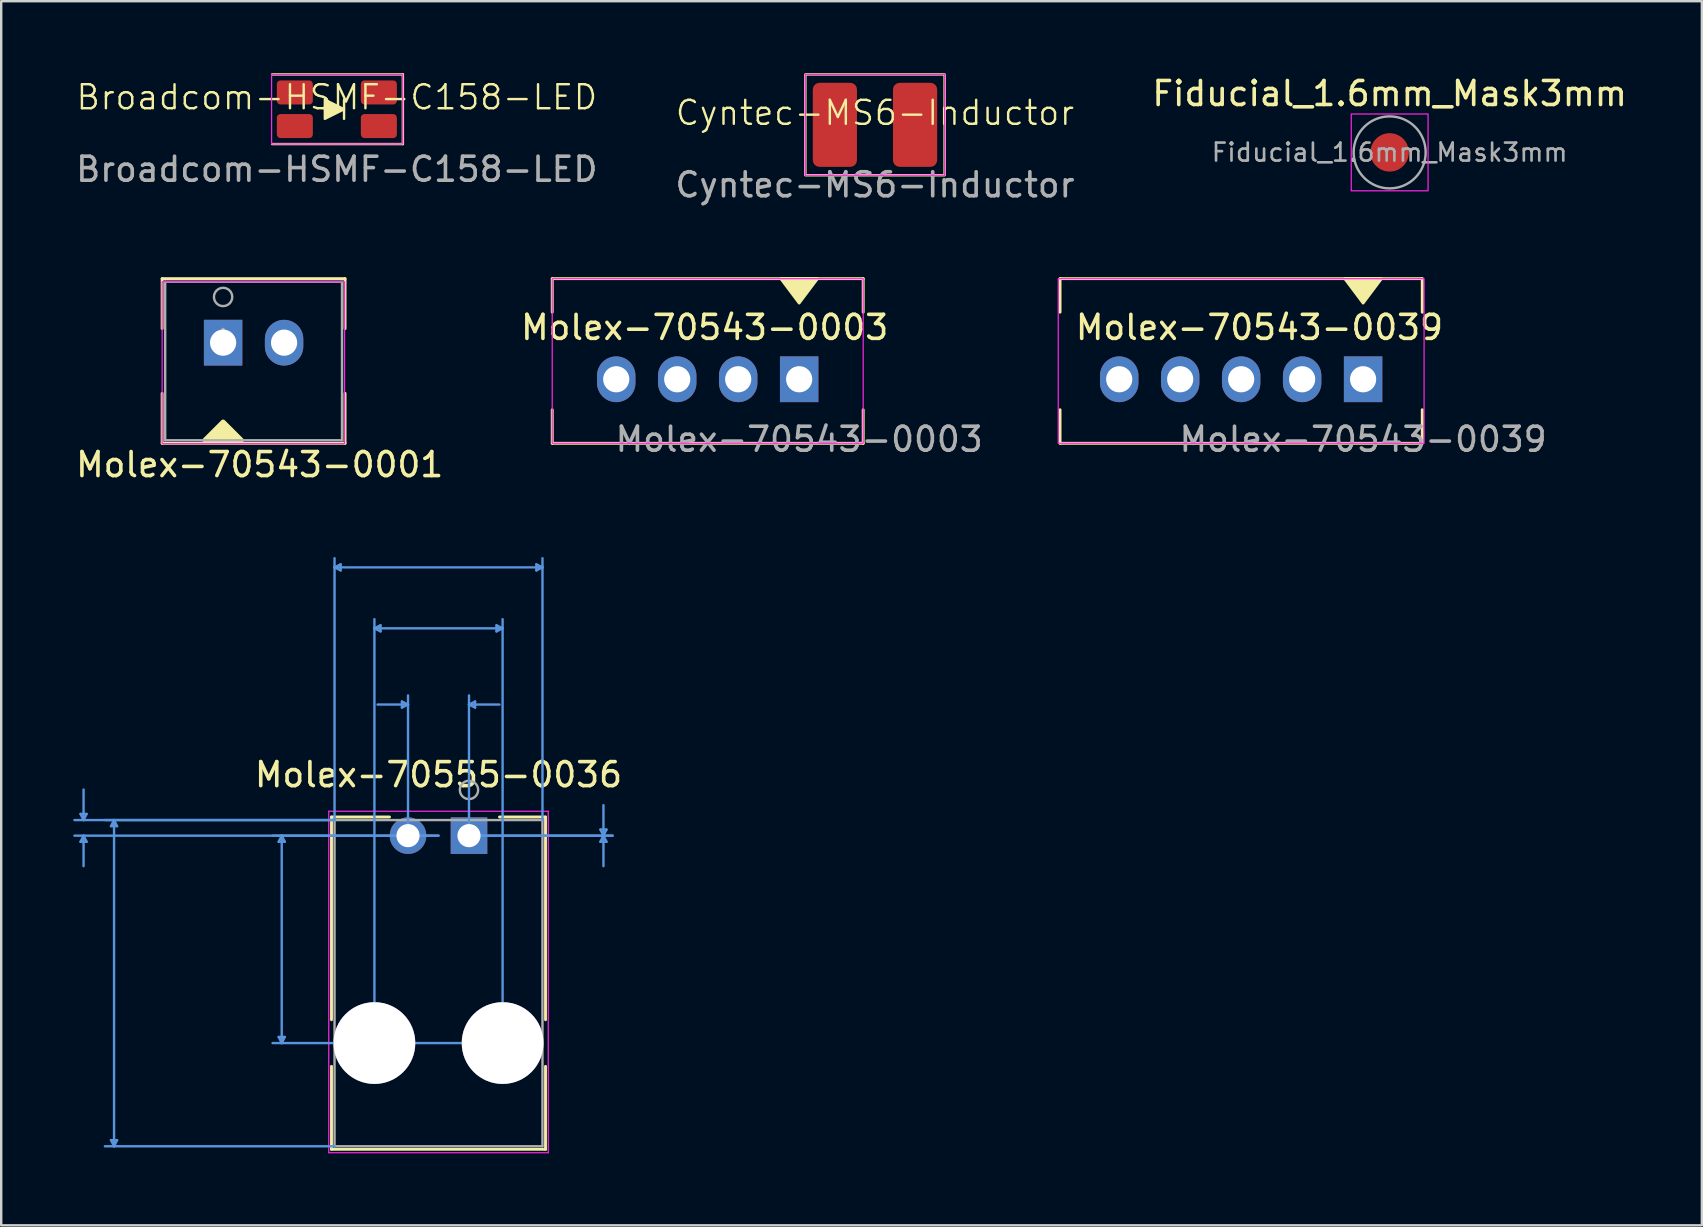
<source format=kicad_pcb>
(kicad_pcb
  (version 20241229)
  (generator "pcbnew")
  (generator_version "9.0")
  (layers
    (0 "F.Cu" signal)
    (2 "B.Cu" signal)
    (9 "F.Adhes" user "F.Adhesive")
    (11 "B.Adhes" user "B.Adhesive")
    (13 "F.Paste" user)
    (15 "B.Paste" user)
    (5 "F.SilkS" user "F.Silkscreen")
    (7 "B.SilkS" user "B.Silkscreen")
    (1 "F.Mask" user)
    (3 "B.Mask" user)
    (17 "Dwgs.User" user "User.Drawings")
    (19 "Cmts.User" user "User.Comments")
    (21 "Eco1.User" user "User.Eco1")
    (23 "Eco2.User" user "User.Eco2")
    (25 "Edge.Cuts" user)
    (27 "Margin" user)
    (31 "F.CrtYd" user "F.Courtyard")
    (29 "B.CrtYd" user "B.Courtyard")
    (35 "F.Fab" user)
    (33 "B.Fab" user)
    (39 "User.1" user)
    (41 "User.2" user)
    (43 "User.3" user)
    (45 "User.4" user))
  (footprint "Molex-70543-0003"
    (layer "F.Cu")
    (at 30.241 12.749)
    (property "Reference" "Molex-70543-0003" (at -3.937 -2.159 0) (unlocked yes) (layer "F.SilkS") (effects (font (size 1 1) (thickness 0.15))))
    (attr through_hole)
    (fp_line (start -10.287 -4.191) (end 2.667 -4.191) (stroke (width 0.12) (type solid)) (layer "F.SilkS"))
    (fp_line (start -10.287 -2.794) (end -10.287 -4.191) (stroke (width 0.12) (type solid)) (layer "F.SilkS"))
    (fp_line (start -10.287 2.667) (end -10.287 1.27) (stroke (width 0.12) (type solid)) (layer "F.SilkS"))
    (fp_line (start -10.287 2.667) (end 2.667 2.667) (stroke (width 0.12) (type solid)) (layer "F.SilkS"))
    (fp_line (start 2.667 -2.794) (end 2.667 -4.191) (stroke (width 0.12) (type solid)) (layer "F.SilkS"))
    (fp_line (start 2.667 2.667) (end 2.667 1.27) (stroke (width 0.12) (type solid)) (layer "F.SilkS"))
    (fp_poly (pts (xy 0 -3.175) (xy -0.762 -4.191) (xy 0.762 -4.191)) (stroke (width 0.12) (type solid)) (fill yes) (layer "F.SilkS"))
    (fp_rect (start -10.287 -4.191) (end 2.667 2.667) (stroke (width 0.05) (type solid)) (fill no) (layer "F.CrtYd"))
    (fp_text user "${REFERENCE}" (at 0 2.5 0) (unlocked yes) (layer "F.Fab") (effects (font (size 1 1) (thickness 0.15))))
    (pad "1" thru_hole rect (at 0 0) (size 1.6 1.905) (drill 1.092) (layers "*.Cu" "*.Mask"))
    (pad "2" thru_hole oval (at -2.54 0) (size 1.6 1.905) (drill 1.092) (layers "*.Cu" "*.Mask"))
    (pad "3" thru_hole oval (at -5.08 0) (size 1.6 1.905) (drill 1.092) (layers "*.Cu" "*.Mask"))
    (pad "4" thru_hole oval (at -7.62 0) (size 1.6 1.905) (drill 1.092) (layers "*.Cu" "*.Mask")))
  (footprint "Fiducial_1.6mm_Mask3mm"
    (layer "F.Cu")
    (at 54.839 3.298)
    (property "Reference" "Fiducial_1.6mm_Mask3mm" (at 0 -2.45 0) (layer "F.SilkS") (effects (font (size 1 1) (thickness 0.15))))
    (attr smd exclude_from_bom)
    (fp_poly (pts (xy -1.5 -1.5) (xy -1.5 1.5) (xy 1.5 1.5) (xy 1.5 -1.5)) (stroke (width 0.1) (type solid)) (fill yes) (layer "F.Mask"))
    (fp_line (start -1.2 0) (end 1.2 0) (stroke (width 0.254) (type solid)) (layer "F.Paste"))
    (fp_line (start 0 -1.2) (end 0 1.2) (stroke (width 0.254) (type solid)) (layer "F.Paste"))
    (fp_circle (center 0 0) (end 0 -0.5) (stroke (width 0) (type solid)) (fill yes) (layer "F.Paste"))
    (fp_rect (start -1.6 -1.6) (end 1.6 1.6) (stroke (width 0.05) (type default)) (fill no) (layer "F.CrtYd"))
    (fp_circle (center 0 0) (end 1.5 0) (stroke (width 0.1) (type solid)) (fill no) (layer "F.Fab"))
    (fp_text user "${REFERENCE}" (at 0 0 0) (layer "F.Fab") (effects (font (size 0.75 0.75) (thickness 0.11))))
    (pad "" smd circle (at 0 0) (size 1.6 1.6) (layers "F.Cu" "F.Mask")))
  (footprint "Molex-70543-0039"
    (layer "F.Cu")
    (at 53.733 12.749)
    (property "Reference" "Molex-70543-0039" (at -4.318 -2.159 0) (unlocked yes) (layer "F.SilkS") (effects (font (size 1 1) (thickness 0.15))))
    (attr through_hole)
    (fp_line (start -12.624 -4.191) (end 2.464 -4.191) (stroke (width 0.12) (type solid)) (layer "F.SilkS"))
    (fp_line (start -12.624 -2.794) (end -12.624 -4.191) (stroke (width 0.12) (type solid)) (layer "F.SilkS"))
    (fp_line (start -12.624 2.667) (end -12.624 1.27) (stroke (width 0.12) (type solid)) (layer "F.SilkS"))
    (fp_line (start -12.624 2.667) (end 2.464 2.667) (stroke (width 0.12) (type solid)) (layer "F.SilkS"))
    (fp_line (start 2.464 -2.794) (end 2.464 -4.191) (stroke (width 0.12) (type solid)) (layer "F.SilkS"))
    (fp_line (start 2.464 2.667) (end 2.464 1.27) (stroke (width 0.12) (type solid)) (layer "F.SilkS"))
    (fp_poly (pts (xy 0 -3.175) (xy -0.762 -4.191) (xy 0.762 -4.191)) (stroke (width 0.12) (type solid)) (fill yes) (layer "F.SilkS"))
    (fp_rect (start -12.7 -4.191) (end 2.54 2.667) (stroke (width 0.05) (type solid)) (fill no) (layer "F.CrtYd"))
    (fp_text user "${REFERENCE}" (at 0 2.5 0) (unlocked yes) (layer "F.Fab") (effects (font (size 1 1) (thickness 0.15))))
    (pad "1" thru_hole rect (at 0 0) (size 1.6 1.905) (drill 1.092) (layers "*.Cu" "*.Mask"))
    (pad "2" thru_hole oval (at -2.54 0) (size 1.6 1.905) (drill 1.092) (layers "*.Cu" "*.Mask"))
    (pad "3" thru_hole oval (at -5.08 0) (size 1.6 1.905) (drill 1.092) (layers "*.Cu" "*.Mask"))
    (pad "4" thru_hole oval (at -7.62 0) (size 1.6 1.905) (drill 1.092) (layers "*.Cu" "*.Mask"))
    (pad "5" thru_hole oval (at -10.16 0) (size 1.6 1.905) (drill 1.092) (layers "*.Cu" "*.Mask")))
  (footprint "Cyntec-MS6-Inductor"
    (layer "F.Cu")
    (at 33.399 2.15)
    (property "Reference" "Cyntec-MS6-Inductor" (at 0 -0.5 0) (unlocked yes) (layer "F.SilkS") (effects (font (size 1 1) (thickness 0.1))))
    (attr smd)
    (fp_rect (start -2.9 -2.1) (end 2.9 2.1) (stroke (width 0.1) (type default)) (fill no) (layer "F.SilkS"))
    (fp_line (start -2.9 -2.1) (end -2.9 2.1) (stroke (width 0.05) (type default)) (layer "F.CrtYd"))
    (fp_line (start -2.9 -2.1) (end 2.9 -2.1) (stroke (width 0.05) (type default)) (layer "F.CrtYd"))
    (fp_line (start -2.9 2.1) (end 2.9 2.1) (stroke (width 0.05) (type default)) (layer "F.CrtYd"))
    (fp_line (start 2.9 -2.1) (end 2.9 2.1) (stroke (width 0.05) (type default)) (layer "F.CrtYd"))
    (fp_text user "${REFERENCE}" (at 0 2.5 0) (unlocked yes) (layer "F.Fab") (effects (font (size 1 1) (thickness 0.15))))
    (pad "1" smd roundrect (at -1.67 0) (size 1.84 3.5) (layers "F.Cu" "F.Mask" "F.Paste") (roundrect_rratio 0.15))
    (pad "2" smd roundrect (at 1.67 0) (size 1.84 3.5) (layers "F.Cu" "F.Mask" "F.Paste") (roundrect_rratio 0.15)))
  (footprint "Molex-70543-0001"
    (layer "F.Cu")
    (at 6.244 11.225)
    (property "Reference" "Molex-70543-0001" (at 1.524 5.08 0) (layer "F.SilkS") (effects (font (size 1 1) (thickness 0.15))))
    (attr through_hole)
    (fp_line (start -2.54 -2.667) (end -2.54 -0.586) (stroke (width 0.12) (type solid)) (layer "F.SilkS"))
    (fp_line (start -2.54 2.11) (end -2.54 4.191) (stroke (width 0.12) (type solid)) (layer "F.SilkS"))
    (fp_line (start -2.54 4.191) (end 5.08 4.191) (stroke (width 0.12) (type solid)) (layer "F.SilkS"))
    (fp_line (start 5.08 -2.667) (end -2.54 -2.667) (stroke (width 0.12) (type solid)) (layer "F.SilkS"))
    (fp_line (start 5.08 -0.586) (end 5.08 -2.667) (stroke (width 0.12) (type solid)) (layer "F.SilkS"))
    (fp_line (start 5.08 4.191) (end 5.08 2.11) (stroke (width 0.12) (type solid)) (layer "F.SilkS"))
    (fp_poly (pts (xy 0.762 4.064) (xy -0.762 4.064) (xy 0 3.302)) (stroke (width 0.2) (type solid)) (fill yes) (layer "F.SilkS"))
    (fp_rect (start -2.54 -2.54) (end 5.059 4.207) (stroke (width 0.05) (type solid)) (fill no) (layer "F.CrtYd"))
    (fp_line (start -2.413 -2.54) (end -2.413 4.064) (stroke (width 0.1) (type solid)) (layer "F.Fab"))
    (fp_line (start -2.413 4.064) (end 4.953 4.064) (stroke (width 0.1) (type solid)) (layer "F.Fab"))
    (fp_line (start 4.953 -2.54) (end -2.413 -2.54) (stroke (width 0.1) (type solid)) (layer "F.Fab"))
    (fp_line (start 4.953 4.064) (end 4.953 -2.54) (stroke (width 0.1) (type solid)) (layer "F.Fab"))
    (fp_circle (center 0 -1.905) (end 0.381 -1.905) (stroke (width 0.1) (type solid)) (fill no) (layer "F.Fab"))
    (fp_text user "Copyright 2021 Accelerated Designs. All rights reserved." (at 0 0 0) (layer "Cmts.User") (effects (font (size 0.127 0.127) (thickness 0.002))))
    (fp_text user "*" (at 0 0 0) (layer "F.Fab") (effects (font (size 1 1) (thickness 0.15))))
    (pad "1" thru_hole rect (at 0 0) (size 1.6 1.905) (drill 1.092) (layers "*.Cu" "*.Mask"))
    (pad "2" thru_hole oval (at 2.54 0) (size 1.6 1.905) (drill 1.092) (layers "*.Cu" "*.Mask")))
  (footprint "Molex-70555-0036"
    (layer "F.Cu")
    (at 16.487 31.761)
    (property "Reference" "Molex-70555-0036" (at -1.27 -2.54 0) (layer "F.SilkS") (effects (font (size 1 1) (thickness 0.15))))
    (attr through_hole)
    (fp_line (start -5.728 -0.777) (end -5.728 7.669) (stroke (width 0.12) (type solid)) (layer "F.SilkS"))
    (fp_line (start -5.728 9.611) (end -5.728 13.066) (stroke (width 0.12) (type solid)) (layer "F.SilkS"))
    (fp_line (start -5.728 13.066) (end 3.188 13.066) (stroke (width 0.12) (type solid)) (layer "F.SilkS"))
    (fp_line (start -3.311 -0.777) (end -5.728 -0.777) (stroke (width 0.12) (type solid)) (layer "F.SilkS"))
    (fp_line (start 3.188 -0.777) (end 1.27 -0.777) (stroke (width 0.12) (type solid)) (layer "F.SilkS"))
    (fp_line (start 3.188 7.669) (end 3.188 -0.777) (stroke (width 0.12) (type solid)) (layer "F.SilkS"))
    (fp_line (start 3.188 13.066) (end 3.188 9.611) (stroke (width 0.12) (type solid)) (layer "F.SilkS"))
    (fp_line (start -16.183 -0.904) (end -15.929 -0.904) (stroke (width 0.1) (type solid)) (layer "Cmts.User"))
    (fp_line (start -16.183 0.254) (end -15.929 0.254) (stroke (width 0.1) (type solid)) (layer "Cmts.User"))
    (fp_line (start -16.056 -0.65) (end -16.183 -0.904) (stroke (width 0.1) (type solid)) (layer "Cmts.User"))
    (fp_line (start -16.056 -0.65) (end -16.056 -1.92) (stroke (width 0.1) (type solid)) (layer "Cmts.User"))
    (fp_line (start -16.056 -0.65) (end -15.929 -0.904) (stroke (width 0.1) (type solid)) (layer "Cmts.User"))
    (fp_line (start -16.056 0) (end -16.183 0.254) (stroke (width 0.1) (type solid)) (layer "Cmts.User"))
    (fp_line (start -16.056 0) (end -16.056 1.27) (stroke (width 0.1) (type solid)) (layer "Cmts.User"))
    (fp_line (start -16.056 0) (end -15.929 0.254) (stroke (width 0.1) (type solid)) (layer "Cmts.User"))
    (fp_line (start -14.913 -0.396) (end -14.659 -0.396) (stroke (width 0.1) (type solid)) (layer "Cmts.User"))
    (fp_line (start -14.913 12.685) (end -14.659 12.685) (stroke (width 0.1) (type solid)) (layer "Cmts.User"))
    (fp_line (start -14.786 -0.65) (end -14.913 -0.396) (stroke (width 0.1) (type solid)) (layer "Cmts.User"))
    (fp_line (start -14.786 -0.65) (end -14.786 12.939) (stroke (width 0.1) (type solid)) (layer "Cmts.User"))
    (fp_line (start -14.786 -0.65) (end -14.659 -0.396) (stroke (width 0.1) (type solid)) (layer "Cmts.User"))
    (fp_line (start -14.786 12.939) (end -14.913 12.685) (stroke (width 0.1) (type solid)) (layer "Cmts.User"))
    (fp_line (start -14.786 12.939) (end -14.659 12.685) (stroke (width 0.1) (type solid)) (layer "Cmts.User"))
    (fp_line (start -7.928 0.254) (end -7.674 0.254) (stroke (width 0.1) (type solid)) (layer "Cmts.User"))
    (fp_line (start -7.928 8.386) (end -7.674 8.386) (stroke (width 0.1) (type solid)) (layer "Cmts.User"))
    (fp_line (start -7.801 0) (end -7.928 0.254) (stroke (width 0.1) (type solid)) (layer "Cmts.User"))
    (fp_line (start -7.801 0) (end -7.801 8.64) (stroke (width 0.1) (type solid)) (layer "Cmts.User"))
    (fp_line (start -7.801 0) (end -7.674 0.254) (stroke (width 0.1) (type solid)) (layer "Cmts.User"))
    (fp_line (start -7.801 8.64) (end -7.928 8.386) (stroke (width 0.1) (type solid)) (layer "Cmts.User"))
    (fp_line (start -7.801 8.64) (end -7.674 8.386) (stroke (width 0.1) (type solid)) (layer "Cmts.User"))
    (fp_line (start -5.601 -11.176) (end -5.347 -11.303) (stroke (width 0.1) (type solid)) (layer "Cmts.User"))
    (fp_line (start -5.601 -11.176) (end -5.347 -11.049) (stroke (width 0.1) (type solid)) (layer "Cmts.User"))
    (fp_line (start -5.601 -11.176) (end 3.061 -11.176) (stroke (width 0.1) (type solid)) (layer "Cmts.User"))
    (fp_line (start -5.601 -0.65) (end -16.437 -0.65) (stroke (width 0.1) (type solid)) (layer "Cmts.User"))
    (fp_line (start -5.601 -0.65) (end -15.167 -0.65) (stroke (width 0.1) (type solid)) (layer "Cmts.User"))
    (fp_line (start -5.601 -0.65) (end -5.601 -11.557) (stroke (width 0.1) (type solid)) (layer "Cmts.User"))
    (fp_line (start -5.601 12.939) (end -15.167 12.939) (stroke (width 0.1) (type solid)) (layer "Cmts.User"))
    (fp_line (start -5.347 -11.303) (end -5.347 -11.049) (stroke (width 0.1) (type solid)) (layer "Cmts.User"))
    (fp_line (start -3.94 -8.636) (end -3.686 -8.763) (stroke (width 0.1) (type solid)) (layer "Cmts.User"))
    (fp_line (start -3.94 -8.636) (end -3.686 -8.509) (stroke (width 0.1) (type solid)) (layer "Cmts.User"))
    (fp_line (start -3.94 -8.636) (end 1.4 -8.636) (stroke (width 0.1) (type solid)) (layer "Cmts.User"))
    (fp_line (start -3.94 8.64) (end -3.94 -9.017) (stroke (width 0.1) (type solid)) (layer "Cmts.User"))
    (fp_line (start -3.686 -8.763) (end -3.686 -8.509) (stroke (width 0.1) (type solid)) (layer "Cmts.User"))
    (fp_line (start -2.794 -5.588) (end -2.794 -5.334) (stroke (width 0.1) (type solid)) (layer "Cmts.User"))
    (fp_line (start -2.54 -5.461) (end -3.81 -5.461) (stroke (width 0.1) (type solid)) (layer "Cmts.User"))
    (fp_line (start -2.54 -5.461) (end -2.794 -5.588) (stroke (width 0.1) (type solid)) (layer "Cmts.User"))
    (fp_line (start -2.54 -5.461) (end -2.794 -5.334) (stroke (width 0.1) (type solid)) (layer "Cmts.User"))
    (fp_line (start -2.54 0) (end -2.54 -5.842) (stroke (width 0.1) (type solid)) (layer "Cmts.User"))
    (fp_line (start -1.27 0) (end -16.437 0) (stroke (width 0.1) (type solid)) (layer "Cmts.User"))
    (fp_line (start -1.27 0) (end -8.182 0) (stroke (width 0.1) (type solid)) (layer "Cmts.User"))
    (fp_line (start 0 -5.461) (end 0.254 -5.588) (stroke (width 0.1) (type solid)) (layer "Cmts.User"))
    (fp_line (start 0 -5.461) (end 0.254 -5.334) (stroke (width 0.1) (type solid)) (layer "Cmts.User"))
    (fp_line (start 0 -5.461) (end 1.27 -5.461) (stroke (width 0.1) (type solid)) (layer "Cmts.User"))
    (fp_line (start 0 0) (end 0 -5.842) (stroke (width 0.1) (type solid)) (layer "Cmts.User"))
    (fp_line (start 0 0) (end 5.982 0) (stroke (width 0.1) (type solid)) (layer "Cmts.User"))
    (fp_line (start 0 0) (end 5.982 0) (stroke (width 0.1) (type solid)) (layer "Cmts.User"))
    (fp_line (start 0.254 -5.588) (end 0.254 -5.334) (stroke (width 0.1) (type solid)) (layer "Cmts.User"))
    (fp_line (start 1.146 -8.763) (end 1.146 -8.509) (stroke (width 0.1) (type solid)) (layer "Cmts.User"))
    (fp_line (start 1.4 -8.636) (end 1.146 -8.763) (stroke (width 0.1) (type solid)) (layer "Cmts.User"))
    (fp_line (start 1.4 -8.636) (end 1.146 -8.509) (stroke (width 0.1) (type solid)) (layer "Cmts.User"))
    (fp_line (start 1.4 8.64) (end -8.182 8.64) (stroke (width 0.1) (type solid)) (layer "Cmts.User"))
    (fp_line (start 1.4 8.64) (end 1.4 -9.017) (stroke (width 0.1) (type solid)) (layer "Cmts.User"))
    (fp_line (start 2.807 -11.303) (end 2.807 -11.049) (stroke (width 0.1) (type solid)) (layer "Cmts.User"))
    (fp_line (start 3.061 -11.176) (end 2.807 -11.303) (stroke (width 0.1) (type solid)) (layer "Cmts.User"))
    (fp_line (start 3.061 -11.176) (end 2.807 -11.049) (stroke (width 0.1) (type solid)) (layer "Cmts.User"))
    (fp_line (start 3.061 -0.65) (end 3.061 -11.557) (stroke (width 0.1) (type solid)) (layer "Cmts.User"))
    (fp_line (start 5.474 -0.254) (end 5.728 -0.254) (stroke (width 0.1) (type solid)) (layer "Cmts.User"))
    (fp_line (start 5.474 0.254) (end 5.728 0.254) (stroke (width 0.1) (type solid)) (layer "Cmts.User"))
    (fp_line (start 5.601 0) (end 5.474 -0.254) (stroke (width 0.1) (type solid)) (layer "Cmts.User"))
    (fp_line (start 5.601 0) (end 5.474 0.254) (stroke (width 0.1) (type solid)) (layer "Cmts.User"))
    (fp_line (start 5.601 0) (end 5.601 -1.27) (stroke (width 0.1) (type solid)) (layer "Cmts.User"))
    (fp_line (start 5.601 0) (end 5.601 1.27) (stroke (width 0.1) (type solid)) (layer "Cmts.User"))
    (fp_line (start 5.601 0) (end 5.728 -0.254) (stroke (width 0.1) (type solid)) (layer "Cmts.User"))
    (fp_line (start 5.601 0) (end 5.728 0.254) (stroke (width 0.1) (type solid)) (layer "Cmts.User"))
    (fp_line (start -5.842 -1.016) (end -5.842 13.208) (stroke (width 0.05) (type solid)) (layer "F.CrtYd"))
    (fp_line (start -5.842 13.208) (end 3.302 13.208) (stroke (width 0.05) (type solid)) (layer "F.CrtYd"))
    (fp_line (start 3.302 -1.016) (end -5.842 -1.016) (stroke (width 0.05) (type solid)) (layer "F.CrtYd"))
    (fp_line (start 3.302 13.208) (end 3.302 -1.016) (stroke (width 0.05) (type solid)) (layer "F.CrtYd"))
    (fp_line (start -5.601 -0.65) (end -5.601 12.939) (stroke (width 0.1) (type solid)) (layer "F.Fab"))
    (fp_line (start -5.601 12.939) (end 3.061 12.939) (stroke (width 0.1) (type solid)) (layer "F.Fab"))
    (fp_line (start 3.061 -0.65) (end -5.601 -0.65) (stroke (width 0.1) (type solid)) (layer "F.Fab"))
    (fp_line (start 3.061 12.939) (end 3.061 -0.65) (stroke (width 0.1) (type solid)) (layer "F.Fab"))
    (fp_circle (center 0 -1.905) (end 0.381 -1.905) (stroke (width 0.1) (type solid)) (fill no) (layer "F.Fab"))
    (pad "1" thru_hole rect (at 0 0) (size 1.524 1.524) (drill 0.965) (layers "*.Cu" "*.Mask"))
    (pad "2" thru_hole circle (at -2.54 0) (size 1.524 1.524) (drill 0.965) (layers "*.Cu" "*.Mask"))
    (pad "3" thru_hole circle (at -3.94 8.64) (size 3.404 3.404) (drill 3.404) (layers "*.Cu" "*.Mask"))
    (pad "4" thru_hole circle (at 1.4 8.64) (size 3.404 3.404) (drill 3.404) (layers "*.Cu" "*.Mask")))
  (footprint "Broadcom-HSMF-C158-LED"
    (layer "F.Cu")
    (at 10.982 1.501)
    (property "Reference" "Broadcom-HSMF-C158-LED" (at 0 -0.5 0) (unlocked yes) (layer "F.SilkS") (effects (font (size 1 1) (thickness 0.1))))
    (attr smd)
    (fp_line (start -2.7 1.451) (end 2.751 1.451) (stroke (width 0.1) (type default)) (layer "F.SilkS"))
    (fp_line (start 0.3 -0.4) (end 0.3 0.4) (stroke (width 0.1) (type default)) (layer "F.SilkS"))
    (fp_line (start 2.751 -1.451) (end -2.7 -1.451) (stroke (width 0.1) (type default)) (layer "F.SilkS"))
    (fp_line (start 2.751 1.451) (end 2.751 -1.451) (stroke (width 0.1) (type default)) (layer "F.SilkS"))
    (fp_poly (pts (xy -0.5 -0.4) (xy -0.5 0.4) (xy 0.3 0)) (stroke (width 0.1) (type solid)) (fill yes) (layer "F.SilkS"))
    (fp_rect (start -2.718 -1.448) (end 2.743 1.448) (stroke (width 0.05) (type default)) (fill no) (layer "F.CrtYd"))
    (fp_text user "${REFERENCE}" (at 0 2.5 0) (unlocked yes) (layer "F.Fab") (effects (font (size 1 1) (thickness 0.15))))
    (pad "1" smd roundrect (at -1.75 -0.7) (size 1.5 1) (layers "F.Cu" "F.Mask" "F.Paste") (roundrect_rratio 0.15))
    (pad "2" smd roundrect (at 1.75 -0.7) (size 1.5 1) (layers "F.Cu" "F.Mask" "F.Paste") (roundrect_rratio 0.15))
    (pad "3" smd roundrect (at -1.75 0.7) (size 1.5 1) (layers "F.Cu" "F.Mask" "F.Paste") (roundrect_rratio 0.15))
    (pad "4" smd roundrect (at 1.75 0.7) (size 1.5 1) (layers "F.Cu" "F.Mask" "F.Paste") (roundrect_rratio 0.15)))
  (gr_rect
    (start -3 -3)
    (end 67.845 47.993)
    (stroke (width 0.1) (type default))
    (fill no)
    (layer "Edge.Cuts")))
</source>
